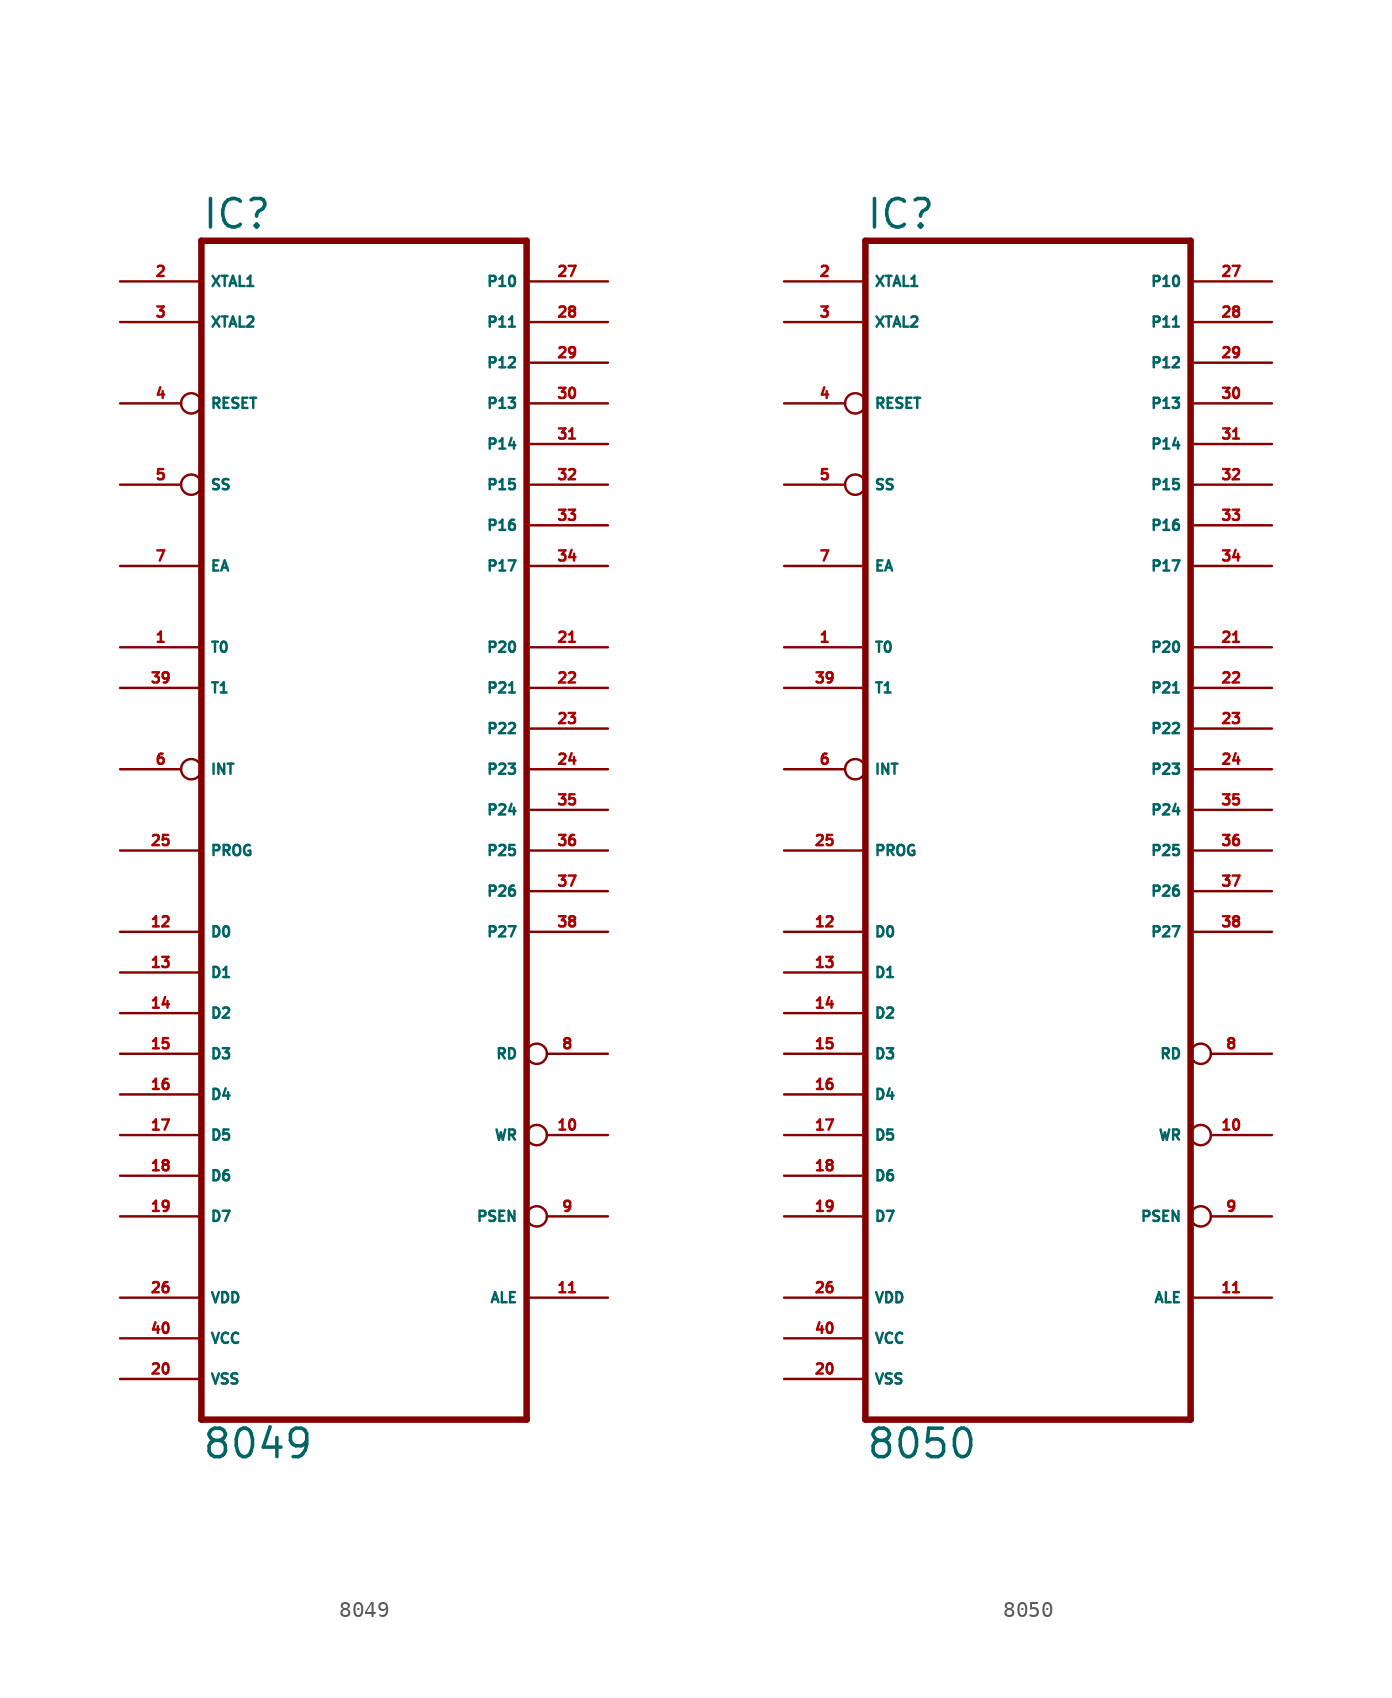
<source format=kicad_sym>
(kicad_symbol_lib
  (version 20220914)
  (generator Eagle2Kicad)
  (symbol "8049"
    (property "Reference" "IC"
      (at -10.16 36.195 0)
      (effects (font (size 1.778 1.778) (thickness 0.22)) (justify left bottom)))
    (property "Value" "8049"
      (at -10.16 -40.64 0)
      (effects (font (size 1.778 1.778) (thickness 0.22)) (justify left bottom)))
    (polyline
      (pts (xy 10.16 35.56) (xy 10.16 -38.1))
      (stroke (width 0.406) (type default))
      (fill (type none)))
    (polyline
      (pts (xy -10.16 -38.1) (xy 10.16 -38.1))
      (stroke (width 0.406) (type default))
      (fill (type none)))
    (polyline
      (pts (xy -10.16 -38.1) (xy -10.16 35.56))
      (stroke (width 0.406) (type default))
      (fill (type none)))
    (polyline
      (pts (xy 10.16 35.56) (xy -10.16 35.56))
      (stroke (width 0.406) (type default))
      (fill (type none)))
    (pin output line
      (at -15.24 30.48 0)
      (length 5.08)
      (name "XTAL2" (effects (font (size 0.635 0.635) (thickness 0.08)) (justify left bottom)))
      (number "3" (effects (font (size 0.635 0.635) (thickness 0.08)) (justify left bottom))))
    (pin input line
      (at -15.24 33.02 0)
      (length 5.08)
      (name "XTAL1" (effects (font (size 0.635 0.635) (thickness 0.08)) (justify left bottom)))
      (number "2" (effects (font (size 0.635 0.635) (thickness 0.08)) (justify left bottom))))
    (pin input line
      (at -15.24 15.24 0)
      (length 5.08)
      (name "EA" (effects (font (size 0.635 0.635) (thickness 0.08)) (justify left bottom)))
      (number "7" (effects (font (size 0.635 0.635) (thickness 0.08)) (justify left bottom))))
    (pin bidirectional line
      (at 15.24 -7.62 180)
      (length 5.08)
      (name "P27" (effects (font (size 0.635 0.635) (thickness 0.08)) (justify left bottom)))
      (number "38" (effects (font (size 0.635 0.635) (thickness 0.08)) (justify left bottom))))
    (pin bidirectional line
      (at 15.24 -5.08 180)
      (length 5.08)
      (name "P26" (effects (font (size 0.635 0.635) (thickness 0.08)) (justify left bottom)))
      (number "37" (effects (font (size 0.635 0.635) (thickness 0.08)) (justify left bottom))))
    (pin bidirectional line
      (at 15.24 -2.54 180)
      (length 5.08)
      (name "P25" (effects (font (size 0.635 0.635) (thickness 0.08)) (justify left bottom)))
      (number "36" (effects (font (size 0.635 0.635) (thickness 0.08)) (justify left bottom))))
    (pin bidirectional line
      (at 15.24 0 180)
      (length 5.08)
      (name "P24" (effects (font (size 0.635 0.635) (thickness 0.08)) (justify left bottom)))
      (number "35" (effects (font (size 0.635 0.635) (thickness 0.08)) (justify left bottom))))
    (pin bidirectional line
      (at 15.24 2.54 180)
      (length 5.08)
      (name "P23" (effects (font (size 0.635 0.635) (thickness 0.08)) (justify left bottom)))
      (number "24" (effects (font (size 0.635 0.635) (thickness 0.08)) (justify left bottom))))
    (pin bidirectional line
      (at 15.24 5.08 180)
      (length 5.08)
      (name "P22" (effects (font (size 0.635 0.635) (thickness 0.08)) (justify left bottom)))
      (number "23" (effects (font (size 0.635 0.635) (thickness 0.08)) (justify left bottom))))
    (pin bidirectional line
      (at 15.24 7.62 180)
      (length 5.08)
      (name "P21" (effects (font (size 0.635 0.635) (thickness 0.08)) (justify left bottom)))
      (number "22" (effects (font (size 0.635 0.635) (thickness 0.08)) (justify left bottom))))
    (pin bidirectional line
      (at 15.24 10.16 180)
      (length 5.08)
      (name "P20" (effects (font (size 0.635 0.635) (thickness 0.08)) (justify left bottom)))
      (number "21" (effects (font (size 0.635 0.635) (thickness 0.08)) (justify left bottom))))
    (pin bidirectional line
      (at -15.24 -25.4 0)
      (length 5.08)
      (name "D7" (effects (font (size 0.635 0.635) (thickness 0.08)) (justify left bottom)))
      (number "19" (effects (font (size 0.635 0.635) (thickness 0.08)) (justify left bottom))))
    (pin bidirectional line
      (at -15.24 -22.86 0)
      (length 5.08)
      (name "D6" (effects (font (size 0.635 0.635) (thickness 0.08)) (justify left bottom)))
      (number "18" (effects (font (size 0.635 0.635) (thickness 0.08)) (justify left bottom))))
    (pin bidirectional line
      (at -15.24 -20.32 0)
      (length 5.08)
      (name "D5" (effects (font (size 0.635 0.635) (thickness 0.08)) (justify left bottom)))
      (number "17" (effects (font (size 0.635 0.635) (thickness 0.08)) (justify left bottom))))
    (pin bidirectional line
      (at -15.24 -17.78 0)
      (length 5.08)
      (name "D4" (effects (font (size 0.635 0.635) (thickness 0.08)) (justify left bottom)))
      (number "16" (effects (font (size 0.635 0.635) (thickness 0.08)) (justify left bottom))))
    (pin bidirectional line
      (at -15.24 -15.24 0)
      (length 5.08)
      (name "D3" (effects (font (size 0.635 0.635) (thickness 0.08)) (justify left bottom)))
      (number "15" (effects (font (size 0.635 0.635) (thickness 0.08)) (justify left bottom))))
    (pin bidirectional line
      (at -15.24 -12.7 0)
      (length 5.08)
      (name "D2" (effects (font (size 0.635 0.635) (thickness 0.08)) (justify left bottom)))
      (number "14" (effects (font (size 0.635 0.635) (thickness 0.08)) (justify left bottom))))
    (pin bidirectional line
      (at -15.24 -10.16 0)
      (length 5.08)
      (name "D1" (effects (font (size 0.635 0.635) (thickness 0.08)) (justify left bottom)))
      (number "13" (effects (font (size 0.635 0.635) (thickness 0.08)) (justify left bottom))))
    (pin bidirectional line
      (at -15.24 -7.62 0)
      (length 5.08)
      (name "D0" (effects (font (size 0.635 0.635) (thickness 0.08)) (justify left bottom)))
      (number "12" (effects (font (size 0.635 0.635) (thickness 0.08)) (justify left bottom))))
    (pin output line
      (at 15.24 -30.48 180)
      (length 5.08)
      (name "ALE" (effects (font (size 0.635 0.635) (thickness 0.08)) (justify left bottom)))
      (number "11" (effects (font (size 0.635 0.635) (thickness 0.08)) (justify left bottom))))
    (pin output inverted
      (at 15.24 -25.4 180)
      (length 5.08)
      (name "PSEN" (effects (font (size 0.635 0.635) (thickness 0.08)) (justify left bottom)))
      (number "9" (effects (font (size 0.635 0.635) (thickness 0.08)) (justify left bottom))))
    (pin output inverted
      (at 15.24 -15.24 180)
      (length 5.08)
      (name "RD" (effects (font (size 0.635 0.635) (thickness 0.08)) (justify left bottom)))
      (number "8" (effects (font (size 0.635 0.635) (thickness 0.08)) (justify left bottom))))
    (pin output inverted
      (at 15.24 -20.32 180)
      (length 5.08)
      (name "WR" (effects (font (size 0.635 0.635) (thickness 0.08)) (justify left bottom)))
      (number "10" (effects (font (size 0.635 0.635) (thickness 0.08)) (justify left bottom))))
    (pin unspecified line
      (at -15.24 -33.02 0)
      (length 5.08)
      (name "VCC" (effects (font (size 0.635 0.635) (thickness 0.08)) (justify left bottom)))
      (number "40" (effects (font (size 0.635 0.635) (thickness 0.08)) (justify left bottom))))
    (pin unspecified line
      (at -15.24 -35.56 0)
      (length 5.08)
      (name "VSS" (effects (font (size 0.635 0.635) (thickness 0.08)) (justify left bottom)))
      (number "20" (effects (font (size 0.635 0.635) (thickness 0.08)) (justify left bottom))))
    (pin bidirectional line
      (at 15.24 30.48 180)
      (length 5.08)
      (name "P11" (effects (font (size 0.635 0.635) (thickness 0.08)) (justify left bottom)))
      (number "28" (effects (font (size 0.635 0.635) (thickness 0.08)) (justify left bottom))))
    (pin input inverted
      (at -15.24 25.4 0)
      (length 5.08)
      (name "RESET" (effects (font (size 0.635 0.635) (thickness 0.08)) (justify left bottom)))
      (number "4" (effects (font (size 0.635 0.635) (thickness 0.08)) (justify left bottom))))
    (pin bidirectional line
      (at 15.24 25.4 180)
      (length 5.08)
      (name "P13" (effects (font (size 0.635 0.635) (thickness 0.08)) (justify left bottom)))
      (number "30" (effects (font (size 0.635 0.635) (thickness 0.08)) (justify left bottom))))
    (pin bidirectional line
      (at 15.24 22.86 180)
      (length 5.08)
      (name "P14" (effects (font (size 0.635 0.635) (thickness 0.08)) (justify left bottom)))
      (number "31" (effects (font (size 0.635 0.635) (thickness 0.08)) (justify left bottom))))
    (pin bidirectional line
      (at 15.24 20.32 180)
      (length 5.08)
      (name "P15" (effects (font (size 0.635 0.635) (thickness 0.08)) (justify left bottom)))
      (number "32" (effects (font (size 0.635 0.635) (thickness 0.08)) (justify left bottom))))
    (pin bidirectional line
      (at 15.24 17.78 180)
      (length 5.08)
      (name "P16" (effects (font (size 0.635 0.635) (thickness 0.08)) (justify left bottom)))
      (number "33" (effects (font (size 0.635 0.635) (thickness 0.08)) (justify left bottom))))
    (pin bidirectional line
      (at 15.24 15.24 180)
      (length 5.08)
      (name "P17" (effects (font (size 0.635 0.635) (thickness 0.08)) (justify left bottom)))
      (number "34" (effects (font (size 0.635 0.635) (thickness 0.08)) (justify left bottom))))
    (pin input line
      (at -15.24 10.16 0)
      (length 5.08)
      (name "T0" (effects (font (size 0.635 0.635) (thickness 0.08)) (justify left bottom)))
      (number "1" (effects (font (size 0.635 0.635) (thickness 0.08)) (justify left bottom))))
    (pin input line
      (at -15.24 7.62 0)
      (length 5.08)
      (name "T1" (effects (font (size 0.635 0.635) (thickness 0.08)) (justify left bottom)))
      (number "39" (effects (font (size 0.635 0.635) (thickness 0.08)) (justify left bottom))))
    (pin input inverted
      (at -15.24 20.32 0)
      (length 5.08)
      (name "SS" (effects (font (size 0.635 0.635) (thickness 0.08)) (justify left bottom)))
      (number "5" (effects (font (size 0.635 0.635) (thickness 0.08)) (justify left bottom))))
    (pin input line
      (at -15.24 -2.54 0)
      (length 5.08)
      (name "PROG" (effects (font (size 0.635 0.635) (thickness 0.08)) (justify left bottom)))
      (number "25" (effects (font (size 0.635 0.635) (thickness 0.08)) (justify left bottom))))
    (pin input inverted
      (at -15.24 2.54 0)
      (length 5.08)
      (name "INT" (effects (font (size 0.635 0.635) (thickness 0.08)) (justify left bottom)))
      (number "6" (effects (font (size 0.635 0.635) (thickness 0.08)) (justify left bottom))))
    (pin bidirectional line
      (at 15.24 27.94 180)
      (length 5.08)
      (name "P12" (effects (font (size 0.635 0.635) (thickness 0.08)) (justify left bottom)))
      (number "29" (effects (font (size 0.635 0.635) (thickness 0.08)) (justify left bottom))))
    (pin bidirectional line
      (at 15.24 33.02 180)
      (length 5.08)
      (name "P10" (effects (font (size 0.635 0.635) (thickness 0.08)) (justify left bottom)))
      (number "27" (effects (font (size 0.635 0.635) (thickness 0.08)) (justify left bottom))))
    (pin unspecified line
      (at -15.24 -30.48 0)
      (length 5.08)
      (name "VDD" (effects (font (size 0.635 0.635) (thickness 0.08)) (justify left bottom)))
      (number "26" (effects (font (size 0.635 0.635) (thickness 0.08)) (justify left bottom)))))
  (symbol "8050"
    (property "Reference" "IC"
      (at -10.16 36.195 0)
      (effects (font (size 1.778 1.778) (thickness 0.22)) (justify left bottom)))
    (property "Value" "8050"
      (at -10.16 -40.64 0)
      (effects (font (size 1.778 1.778) (thickness 0.22)) (justify left bottom)))
    (polyline
      (pts (xy 10.16 35.56) (xy 10.16 -38.1))
      (stroke (width 0.406) (type default))
      (fill (type none)))
    (polyline
      (pts (xy -10.16 -38.1) (xy 10.16 -38.1))
      (stroke (width 0.406) (type default))
      (fill (type none)))
    (polyline
      (pts (xy -10.16 -38.1) (xy -10.16 35.56))
      (stroke (width 0.406) (type default))
      (fill (type none)))
    (polyline
      (pts (xy 10.16 35.56) (xy -10.16 35.56))
      (stroke (width 0.406) (type default))
      (fill (type none)))
    (pin output line
      (at -15.24 30.48 0)
      (length 5.08)
      (name "XTAL2" (effects (font (size 0.635 0.635) (thickness 0.08)) (justify left bottom)))
      (number "3" (effects (font (size 0.635 0.635) (thickness 0.08)) (justify left bottom))))
    (pin input line
      (at -15.24 33.02 0)
      (length 5.08)
      (name "XTAL1" (effects (font (size 0.635 0.635) (thickness 0.08)) (justify left bottom)))
      (number "2" (effects (font (size 0.635 0.635) (thickness 0.08)) (justify left bottom))))
    (pin input line
      (at -15.24 15.24 0)
      (length 5.08)
      (name "EA" (effects (font (size 0.635 0.635) (thickness 0.08)) (justify left bottom)))
      (number "7" (effects (font (size 0.635 0.635) (thickness 0.08)) (justify left bottom))))
    (pin bidirectional line
      (at 15.24 -7.62 180)
      (length 5.08)
      (name "P27" (effects (font (size 0.635 0.635) (thickness 0.08)) (justify left bottom)))
      (number "38" (effects (font (size 0.635 0.635) (thickness 0.08)) (justify left bottom))))
    (pin bidirectional line
      (at 15.24 -5.08 180)
      (length 5.08)
      (name "P26" (effects (font (size 0.635 0.635) (thickness 0.08)) (justify left bottom)))
      (number "37" (effects (font (size 0.635 0.635) (thickness 0.08)) (justify left bottom))))
    (pin bidirectional line
      (at 15.24 -2.54 180)
      (length 5.08)
      (name "P25" (effects (font (size 0.635 0.635) (thickness 0.08)) (justify left bottom)))
      (number "36" (effects (font (size 0.635 0.635) (thickness 0.08)) (justify left bottom))))
    (pin bidirectional line
      (at 15.24 0 180)
      (length 5.08)
      (name "P24" (effects (font (size 0.635 0.635) (thickness 0.08)) (justify left bottom)))
      (number "35" (effects (font (size 0.635 0.635) (thickness 0.08)) (justify left bottom))))
    (pin bidirectional line
      (at 15.24 2.54 180)
      (length 5.08)
      (name "P23" (effects (font (size 0.635 0.635) (thickness 0.08)) (justify left bottom)))
      (number "24" (effects (font (size 0.635 0.635) (thickness 0.08)) (justify left bottom))))
    (pin bidirectional line
      (at 15.24 5.08 180)
      (length 5.08)
      (name "P22" (effects (font (size 0.635 0.635) (thickness 0.08)) (justify left bottom)))
      (number "23" (effects (font (size 0.635 0.635) (thickness 0.08)) (justify left bottom))))
    (pin bidirectional line
      (at 15.24 7.62 180)
      (length 5.08)
      (name "P21" (effects (font (size 0.635 0.635) (thickness 0.08)) (justify left bottom)))
      (number "22" (effects (font (size 0.635 0.635) (thickness 0.08)) (justify left bottom))))
    (pin bidirectional line
      (at 15.24 10.16 180)
      (length 5.08)
      (name "P20" (effects (font (size 0.635 0.635) (thickness 0.08)) (justify left bottom)))
      (number "21" (effects (font (size 0.635 0.635) (thickness 0.08)) (justify left bottom))))
    (pin bidirectional line
      (at -15.24 -25.4 0)
      (length 5.08)
      (name "D7" (effects (font (size 0.635 0.635) (thickness 0.08)) (justify left bottom)))
      (number "19" (effects (font (size 0.635 0.635) (thickness 0.08)) (justify left bottom))))
    (pin bidirectional line
      (at -15.24 -22.86 0)
      (length 5.08)
      (name "D6" (effects (font (size 0.635 0.635) (thickness 0.08)) (justify left bottom)))
      (number "18" (effects (font (size 0.635 0.635) (thickness 0.08)) (justify left bottom))))
    (pin bidirectional line
      (at -15.24 -20.32 0)
      (length 5.08)
      (name "D5" (effects (font (size 0.635 0.635) (thickness 0.08)) (justify left bottom)))
      (number "17" (effects (font (size 0.635 0.635) (thickness 0.08)) (justify left bottom))))
    (pin bidirectional line
      (at -15.24 -17.78 0)
      (length 5.08)
      (name "D4" (effects (font (size 0.635 0.635) (thickness 0.08)) (justify left bottom)))
      (number "16" (effects (font (size 0.635 0.635) (thickness 0.08)) (justify left bottom))))
    (pin bidirectional line
      (at -15.24 -15.24 0)
      (length 5.08)
      (name "D3" (effects (font (size 0.635 0.635) (thickness 0.08)) (justify left bottom)))
      (number "15" (effects (font (size 0.635 0.635) (thickness 0.08)) (justify left bottom))))
    (pin bidirectional line
      (at -15.24 -12.7 0)
      (length 5.08)
      (name "D2" (effects (font (size 0.635 0.635) (thickness 0.08)) (justify left bottom)))
      (number "14" (effects (font (size 0.635 0.635) (thickness 0.08)) (justify left bottom))))
    (pin bidirectional line
      (at -15.24 -10.16 0)
      (length 5.08)
      (name "D1" (effects (font (size 0.635 0.635) (thickness 0.08)) (justify left bottom)))
      (number "13" (effects (font (size 0.635 0.635) (thickness 0.08)) (justify left bottom))))
    (pin bidirectional line
      (at -15.24 -7.62 0)
      (length 5.08)
      (name "D0" (effects (font (size 0.635 0.635) (thickness 0.08)) (justify left bottom)))
      (number "12" (effects (font (size 0.635 0.635) (thickness 0.08)) (justify left bottom))))
    (pin output line
      (at 15.24 -30.48 180)
      (length 5.08)
      (name "ALE" (effects (font (size 0.635 0.635) (thickness 0.08)) (justify left bottom)))
      (number "11" (effects (font (size 0.635 0.635) (thickness 0.08)) (justify left bottom))))
    (pin output inverted
      (at 15.24 -25.4 180)
      (length 5.08)
      (name "PSEN" (effects (font (size 0.635 0.635) (thickness 0.08)) (justify left bottom)))
      (number "9" (effects (font (size 0.635 0.635) (thickness 0.08)) (justify left bottom))))
    (pin output inverted
      (at 15.24 -15.24 180)
      (length 5.08)
      (name "RD" (effects (font (size 0.635 0.635) (thickness 0.08)) (justify left bottom)))
      (number "8" (effects (font (size 0.635 0.635) (thickness 0.08)) (justify left bottom))))
    (pin output inverted
      (at 15.24 -20.32 180)
      (length 5.08)
      (name "WR" (effects (font (size 0.635 0.635) (thickness 0.08)) (justify left bottom)))
      (number "10" (effects (font (size 0.635 0.635) (thickness 0.08)) (justify left bottom))))
    (pin unspecified line
      (at -15.24 -33.02 0)
      (length 5.08)
      (name "VCC" (effects (font (size 0.635 0.635) (thickness 0.08)) (justify left bottom)))
      (number "40" (effects (font (size 0.635 0.635) (thickness 0.08)) (justify left bottom))))
    (pin unspecified line
      (at -15.24 -35.56 0)
      (length 5.08)
      (name "VSS" (effects (font (size 0.635 0.635) (thickness 0.08)) (justify left bottom)))
      (number "20" (effects (font (size 0.635 0.635) (thickness 0.08)) (justify left bottom))))
    (pin bidirectional line
      (at 15.24 30.48 180)
      (length 5.08)
      (name "P11" (effects (font (size 0.635 0.635) (thickness 0.08)) (justify left bottom)))
      (number "28" (effects (font (size 0.635 0.635) (thickness 0.08)) (justify left bottom))))
    (pin input inverted
      (at -15.24 25.4 0)
      (length 5.08)
      (name "RESET" (effects (font (size 0.635 0.635) (thickness 0.08)) (justify left bottom)))
      (number "4" (effects (font (size 0.635 0.635) (thickness 0.08)) (justify left bottom))))
    (pin bidirectional line
      (at 15.24 25.4 180)
      (length 5.08)
      (name "P13" (effects (font (size 0.635 0.635) (thickness 0.08)) (justify left bottom)))
      (number "30" (effects (font (size 0.635 0.635) (thickness 0.08)) (justify left bottom))))
    (pin bidirectional line
      (at 15.24 22.86 180)
      (length 5.08)
      (name "P14" (effects (font (size 0.635 0.635) (thickness 0.08)) (justify left bottom)))
      (number "31" (effects (font (size 0.635 0.635) (thickness 0.08)) (justify left bottom))))
    (pin bidirectional line
      (at 15.24 20.32 180)
      (length 5.08)
      (name "P15" (effects (font (size 0.635 0.635) (thickness 0.08)) (justify left bottom)))
      (number "32" (effects (font (size 0.635 0.635) (thickness 0.08)) (justify left bottom))))
    (pin bidirectional line
      (at 15.24 17.78 180)
      (length 5.08)
      (name "P16" (effects (font (size 0.635 0.635) (thickness 0.08)) (justify left bottom)))
      (number "33" (effects (font (size 0.635 0.635) (thickness 0.08)) (justify left bottom))))
    (pin bidirectional line
      (at 15.24 15.24 180)
      (length 5.08)
      (name "P17" (effects (font (size 0.635 0.635) (thickness 0.08)) (justify left bottom)))
      (number "34" (effects (font (size 0.635 0.635) (thickness 0.08)) (justify left bottom))))
    (pin input line
      (at -15.24 10.16 0)
      (length 5.08)
      (name "T0" (effects (font (size 0.635 0.635) (thickness 0.08)) (justify left bottom)))
      (number "1" (effects (font (size 0.635 0.635) (thickness 0.08)) (justify left bottom))))
    (pin input line
      (at -15.24 7.62 0)
      (length 5.08)
      (name "T1" (effects (font (size 0.635 0.635) (thickness 0.08)) (justify left bottom)))
      (number "39" (effects (font (size 0.635 0.635) (thickness 0.08)) (justify left bottom))))
    (pin input inverted
      (at -15.24 20.32 0)
      (length 5.08)
      (name "SS" (effects (font (size 0.635 0.635) (thickness 0.08)) (justify left bottom)))
      (number "5" (effects (font (size 0.635 0.635) (thickness 0.08)) (justify left bottom))))
    (pin input line
      (at -15.24 -2.54 0)
      (length 5.08)
      (name "PROG" (effects (font (size 0.635 0.635) (thickness 0.08)) (justify left bottom)))
      (number "25" (effects (font (size 0.635 0.635) (thickness 0.08)) (justify left bottom))))
    (pin input inverted
      (at -15.24 2.54 0)
      (length 5.08)
      (name "INT" (effects (font (size 0.635 0.635) (thickness 0.08)) (justify left bottom)))
      (number "6" (effects (font (size 0.635 0.635) (thickness 0.08)) (justify left bottom))))
    (pin bidirectional line
      (at 15.24 27.94 180)
      (length 5.08)
      (name "P12" (effects (font (size 0.635 0.635) (thickness 0.08)) (justify left bottom)))
      (number "29" (effects (font (size 0.635 0.635) (thickness 0.08)) (justify left bottom))))
    (pin bidirectional line
      (at 15.24 33.02 180)
      (length 5.08)
      (name "P10" (effects (font (size 0.635 0.635) (thickness 0.08)) (justify left bottom)))
      (number "27" (effects (font (size 0.635 0.635) (thickness 0.08)) (justify left bottom))))
    (pin unspecified line
      (at -15.24 -30.48 0)
      (length 5.08)
      (name "VDD" (effects (font (size 0.635 0.635) (thickness 0.08)) (justify left bottom)))
      (number "26" (effects (font (size 0.635 0.635) (thickness 0.08)) (justify left bottom))))))
</source>
